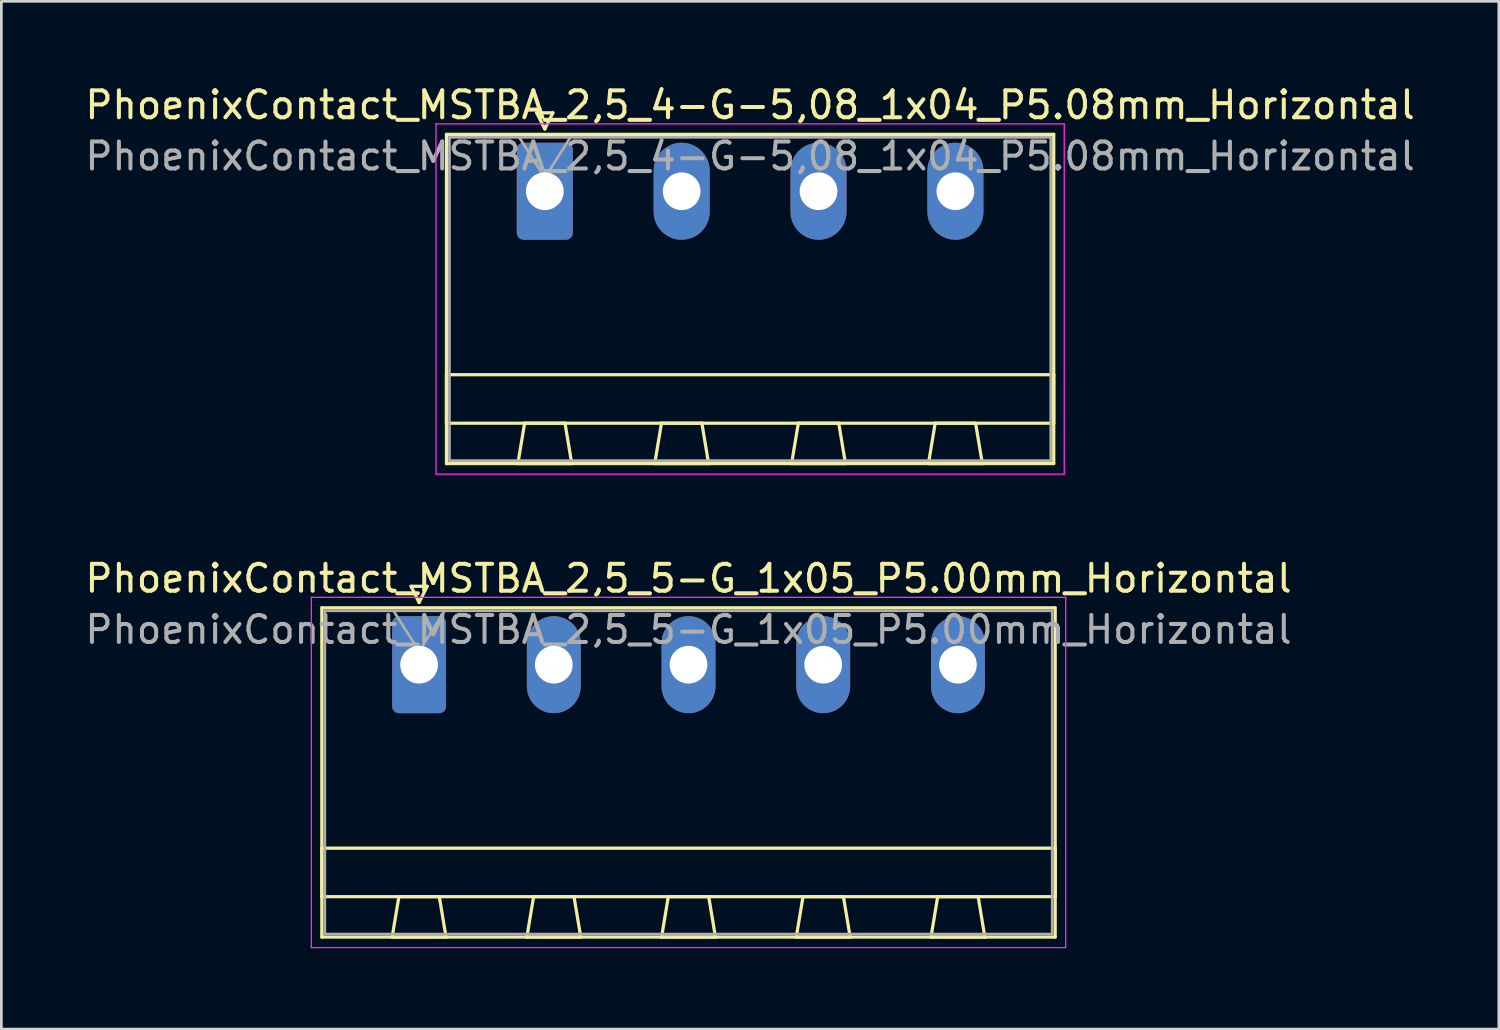
<source format=kicad_pcb>
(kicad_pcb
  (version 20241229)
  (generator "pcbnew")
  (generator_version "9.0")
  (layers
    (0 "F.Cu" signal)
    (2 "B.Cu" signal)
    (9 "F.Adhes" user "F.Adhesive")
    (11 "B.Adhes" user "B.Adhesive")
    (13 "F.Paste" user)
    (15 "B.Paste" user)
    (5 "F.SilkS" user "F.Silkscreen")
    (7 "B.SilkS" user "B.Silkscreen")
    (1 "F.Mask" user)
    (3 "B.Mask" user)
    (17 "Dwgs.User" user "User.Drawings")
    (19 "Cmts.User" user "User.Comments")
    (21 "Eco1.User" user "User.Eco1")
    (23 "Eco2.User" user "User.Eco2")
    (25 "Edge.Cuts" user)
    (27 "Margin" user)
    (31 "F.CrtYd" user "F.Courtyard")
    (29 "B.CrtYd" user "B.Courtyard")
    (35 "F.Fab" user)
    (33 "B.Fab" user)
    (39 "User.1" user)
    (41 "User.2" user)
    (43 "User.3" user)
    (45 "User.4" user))
  (footprint "PhoenixContact_MSTBA_2,5_5-G_1x05_P5.00mm_Horizontal"
    (layer "F.Cu")
    (at 12.506 21.622)
    (property "Reference" "PhoenixContact_MSTBA_2,5_5-G_1x05_P5.00mm_Horizontal" (at 10 -3.2 0) (layer "F.SilkS") (effects (font (size 1 1) (thickness 0.15))))
    (attr through_hole)
    (fp_line (start -3.61 -2.11) (end -3.61 10.11) (stroke (width 0.12) (type solid)) (layer "F.SilkS"))
    (fp_line (start -3.61 6.81) (end 23.61 6.81) (stroke (width 0.12) (type solid)) (layer "F.SilkS"))
    (fp_line (start -3.61 8.61) (end -3.61 6.81) (stroke (width 0.12) (type solid)) (layer "F.SilkS"))
    (fp_line (start -3.61 10.11) (end 23.61 10.11) (stroke (width 0.12) (type solid)) (layer "F.SilkS"))
    (fp_line (start -1 10.11) (end 1 10.11) (stroke (width 0.12) (type solid)) (layer "F.SilkS"))
    (fp_line (start -0.75 8.61) (end -1 10.11) (stroke (width 0.12) (type solid)) (layer "F.SilkS"))
    (fp_line (start -0.3 -2.91) (end 0.3 -2.91) (stroke (width 0.12) (type solid)) (layer "F.SilkS"))
    (fp_line (start 0 -2.31) (end -0.3 -2.91) (stroke (width 0.12) (type solid)) (layer "F.SilkS"))
    (fp_line (start 0.3 -2.91) (end 0 -2.31) (stroke (width 0.12) (type solid)) (layer "F.SilkS"))
    (fp_line (start 0.75 8.61) (end -0.75 8.61) (stroke (width 0.12) (type solid)) (layer "F.SilkS"))
    (fp_line (start 1 10.11) (end 0.75 8.61) (stroke (width 0.12) (type solid)) (layer "F.SilkS"))
    (fp_line (start 4 10.11) (end 6 10.11) (stroke (width 0.12) (type solid)) (layer "F.SilkS"))
    (fp_line (start 4.25 8.61) (end 4 10.11) (stroke (width 0.12) (type solid)) (layer "F.SilkS"))
    (fp_line (start 5.75 8.61) (end 4.25 8.61) (stroke (width 0.12) (type solid)) (layer "F.SilkS"))
    (fp_line (start 6 10.11) (end 5.75 8.61) (stroke (width 0.12) (type solid)) (layer "F.SilkS"))
    (fp_line (start 9 10.11) (end 11 10.11) (stroke (width 0.12) (type solid)) (layer "F.SilkS"))
    (fp_line (start 9.25 8.61) (end 9 10.11) (stroke (width 0.12) (type solid)) (layer "F.SilkS"))
    (fp_line (start 10.75 8.61) (end 9.25 8.61) (stroke (width 0.12) (type solid)) (layer "F.SilkS"))
    (fp_line (start 11 10.11) (end 10.75 8.61) (stroke (width 0.12) (type solid)) (layer "F.SilkS"))
    (fp_line (start 14 10.11) (end 16 10.11) (stroke (width 0.12) (type solid)) (layer "F.SilkS"))
    (fp_line (start 14.25 8.61) (end 14 10.11) (stroke (width 0.12) (type solid)) (layer "F.SilkS"))
    (fp_line (start 15.75 8.61) (end 14.25 8.61) (stroke (width 0.12) (type solid)) (layer "F.SilkS"))
    (fp_line (start 16 10.11) (end 15.75 8.61) (stroke (width 0.12) (type solid)) (layer "F.SilkS"))
    (fp_line (start 19 10.11) (end 21 10.11) (stroke (width 0.12) (type solid)) (layer "F.SilkS"))
    (fp_line (start 19.25 8.61) (end 19 10.11) (stroke (width 0.12) (type solid)) (layer "F.SilkS"))
    (fp_line (start 20.75 8.61) (end 19.25 8.61) (stroke (width 0.12) (type solid)) (layer "F.SilkS"))
    (fp_line (start 21 10.11) (end 20.75 8.61) (stroke (width 0.12) (type solid)) (layer "F.SilkS"))
    (fp_line (start 23.61 -2.11) (end -3.61 -2.11) (stroke (width 0.12) (type solid)) (layer "F.SilkS"))
    (fp_line (start 23.61 6.81) (end 23.61 8.61) (stroke (width 0.12) (type solid)) (layer "F.SilkS"))
    (fp_line (start 23.61 8.61) (end -3.61 8.61) (stroke (width 0.12) (type solid)) (layer "F.SilkS"))
    (fp_line (start 23.61 10.11) (end 23.61 -2.11) (stroke (width 0.12) (type solid)) (layer "F.SilkS"))
    (fp_line (start -4 -2.5) (end -4 10.5) (stroke (width 0.05) (type solid)) (layer "F.CrtYd"))
    (fp_line (start -4 10.5) (end 24 10.5) (stroke (width 0.05) (type solid)) (layer "F.CrtYd"))
    (fp_line (start 24 -2.5) (end -4 -2.5) (stroke (width 0.05) (type solid)) (layer "F.CrtYd"))
    (fp_line (start 24 10.5) (end 24 -2.5) (stroke (width 0.05) (type solid)) (layer "F.CrtYd"))
    (fp_line (start -3.5 -2) (end -3.5 10) (stroke (width 0.1) (type solid)) (layer "F.Fab"))
    (fp_line (start -3.5 10) (end 23.5 10) (stroke (width 0.1) (type solid)) (layer "F.Fab"))
    (fp_line (start 0 -0.5) (end -0.95 -2) (stroke (width 0.1) (type solid)) (layer "F.Fab"))
    (fp_line (start 0.95 -2) (end 0 -0.5) (stroke (width 0.1) (type solid)) (layer "F.Fab"))
    (fp_line (start 23.5 -2) (end -3.5 -2) (stroke (width 0.1) (type solid)) (layer "F.Fab"))
    (fp_line (start 23.5 10) (end 23.5 -2) (stroke (width 0.1) (type solid)) (layer "F.Fab"))
    (fp_text user "${REFERENCE}" (at 10 -1.3 0) (layer "F.Fab") (effects (font (size 1 1) (thickness 0.15))))
    (pad "1" thru_hole roundrect (at 0 0) (size 2 3.6) (drill 1.4) (layers "*.Cu" "*.Mask") (roundrect_rratio 0.125))
    (pad "2" thru_hole oval (at 5 0) (size 2 3.6) (drill 1.4) (layers "*.Cu" "*.Mask"))
    (pad "3" thru_hole oval (at 10 0) (size 2 3.6) (drill 1.4) (layers "*.Cu" "*.Mask"))
    (pad "4" thru_hole oval (at 15 0) (size 2 3.6) (drill 1.4) (layers "*.Cu" "*.Mask"))
    (pad "5" thru_hole oval (at 20 0) (size 2 3.6) (drill 1.4) (layers "*.Cu" "*.Mask")))
  (footprint "PhoenixContact_MSTBA_2,5_4-G-5,08_1x04_P5.08mm_Horizontal"
    (layer "F.Cu")
    (at 17.172 4.048)
    (property "Reference" "PhoenixContact_MSTBA_2,5_4-G-5,08_1x04_P5.08mm_Horizontal" (at 7.62 -3.2 0) (layer "F.SilkS") (effects (font (size 1 1) (thickness 0.15))))
    (attr through_hole)
    (fp_line (start -3.65 -2.11) (end -3.65 10.11) (stroke (width 0.12) (type solid)) (layer "F.SilkS"))
    (fp_line (start -3.65 6.81) (end 18.89 6.81) (stroke (width 0.12) (type solid)) (layer "F.SilkS"))
    (fp_line (start -3.65 8.61) (end -3.65 6.81) (stroke (width 0.12) (type solid)) (layer "F.SilkS"))
    (fp_line (start -3.65 10.11) (end 18.89 10.11) (stroke (width 0.12) (type solid)) (layer "F.SilkS"))
    (fp_line (start -1 10.11) (end 1 10.11) (stroke (width 0.12) (type solid)) (layer "F.SilkS"))
    (fp_line (start -0.75 8.61) (end -1 10.11) (stroke (width 0.12) (type solid)) (layer "F.SilkS"))
    (fp_line (start -0.3 -2.91) (end 0.3 -2.91) (stroke (width 0.12) (type solid)) (layer "F.SilkS"))
    (fp_line (start 0 -2.31) (end -0.3 -2.91) (stroke (width 0.12) (type solid)) (layer "F.SilkS"))
    (fp_line (start 0.3 -2.91) (end 0 -2.31) (stroke (width 0.12) (type solid)) (layer "F.SilkS"))
    (fp_line (start 0.75 8.61) (end -0.75 8.61) (stroke (width 0.12) (type solid)) (layer "F.SilkS"))
    (fp_line (start 1 10.11) (end 0.75 8.61) (stroke (width 0.12) (type solid)) (layer "F.SilkS"))
    (fp_line (start 4.08 10.11) (end 6.08 10.11) (stroke (width 0.12) (type solid)) (layer "F.SilkS"))
    (fp_line (start 4.33 8.61) (end 4.08 10.11) (stroke (width 0.12) (type solid)) (layer "F.SilkS"))
    (fp_line (start 5.83 8.61) (end 4.33 8.61) (stroke (width 0.12) (type solid)) (layer "F.SilkS"))
    (fp_line (start 6.08 10.11) (end 5.83 8.61) (stroke (width 0.12) (type solid)) (layer "F.SilkS"))
    (fp_line (start 9.16 10.11) (end 11.16 10.11) (stroke (width 0.12) (type solid)) (layer "F.SilkS"))
    (fp_line (start 9.41 8.61) (end 9.16 10.11) (stroke (width 0.12) (type solid)) (layer "F.SilkS"))
    (fp_line (start 10.91 8.61) (end 9.41 8.61) (stroke (width 0.12) (type solid)) (layer "F.SilkS"))
    (fp_line (start 11.16 10.11) (end 10.91 8.61) (stroke (width 0.12) (type solid)) (layer "F.SilkS"))
    (fp_line (start 14.24 10.11) (end 16.24 10.11) (stroke (width 0.12) (type solid)) (layer "F.SilkS"))
    (fp_line (start 14.49 8.61) (end 14.24 10.11) (stroke (width 0.12) (type solid)) (layer "F.SilkS"))
    (fp_line (start 15.99 8.61) (end 14.49 8.61) (stroke (width 0.12) (type solid)) (layer "F.SilkS"))
    (fp_line (start 16.24 10.11) (end 15.99 8.61) (stroke (width 0.12) (type solid)) (layer "F.SilkS"))
    (fp_line (start 18.89 -2.11) (end -3.65 -2.11) (stroke (width 0.12) (type solid)) (layer "F.SilkS"))
    (fp_line (start 18.89 6.81) (end 18.89 8.61) (stroke (width 0.12) (type solid)) (layer "F.SilkS"))
    (fp_line (start 18.89 8.61) (end -3.65 8.61) (stroke (width 0.12) (type solid)) (layer "F.SilkS"))
    (fp_line (start 18.89 10.11) (end 18.89 -2.11) (stroke (width 0.12) (type solid)) (layer "F.SilkS"))
    (fp_line (start -4.04 -2.5) (end -4.04 10.5) (stroke (width 0.05) (type solid)) (layer "F.CrtYd"))
    (fp_line (start -4.04 10.5) (end 19.28 10.5) (stroke (width 0.05) (type solid)) (layer "F.CrtYd"))
    (fp_line (start 19.28 -2.5) (end -4.04 -2.5) (stroke (width 0.05) (type solid)) (layer "F.CrtYd"))
    (fp_line (start 19.28 10.5) (end 19.28 -2.5) (stroke (width 0.05) (type solid)) (layer "F.CrtYd"))
    (fp_line (start -3.54 -2) (end -3.54 10) (stroke (width 0.1) (type solid)) (layer "F.Fab"))
    (fp_line (start -3.54 10) (end 18.78 10) (stroke (width 0.1) (type solid)) (layer "F.Fab"))
    (fp_line (start 0 -0.5) (end -0.95 -2) (stroke (width 0.1) (type solid)) (layer "F.Fab"))
    (fp_line (start 0.95 -2) (end 0 -0.5) (stroke (width 0.1) (type solid)) (layer "F.Fab"))
    (fp_line (start 18.78 -2) (end -3.54 -2) (stroke (width 0.1) (type solid)) (layer "F.Fab"))
    (fp_line (start 18.78 10) (end 18.78 -2) (stroke (width 0.1) (type solid)) (layer "F.Fab"))
    (fp_text user "${REFERENCE}" (at 7.62 -1.3 0) (layer "F.Fab") (effects (font (size 1 1) (thickness 0.15))))
    (pad "1" thru_hole roundrect (at 0 0) (size 2.08 3.6) (drill 1.4) (layers "*.Cu" "*.Mask") (roundrect_rratio 0.12))
    (pad "2" thru_hole oval (at 5.08 0) (size 2.08 3.6) (drill 1.4) (layers "*.Cu" "*.Mask"))
    (pad "3" thru_hole oval (at 10.16 0) (size 2.08 3.6) (drill 1.4) (layers "*.Cu" "*.Mask"))
    (pad "4" thru_hole oval (at 15.24 0) (size 2.08 3.6) (drill 1.4) (layers "*.Cu" "*.Mask")))
  (gr_rect
    (start -3 -3)
    (end 52.583 35.147)
    (stroke (width 0.1) (type default))
    (fill no)
    (layer "Edge.Cuts")))
</source>
